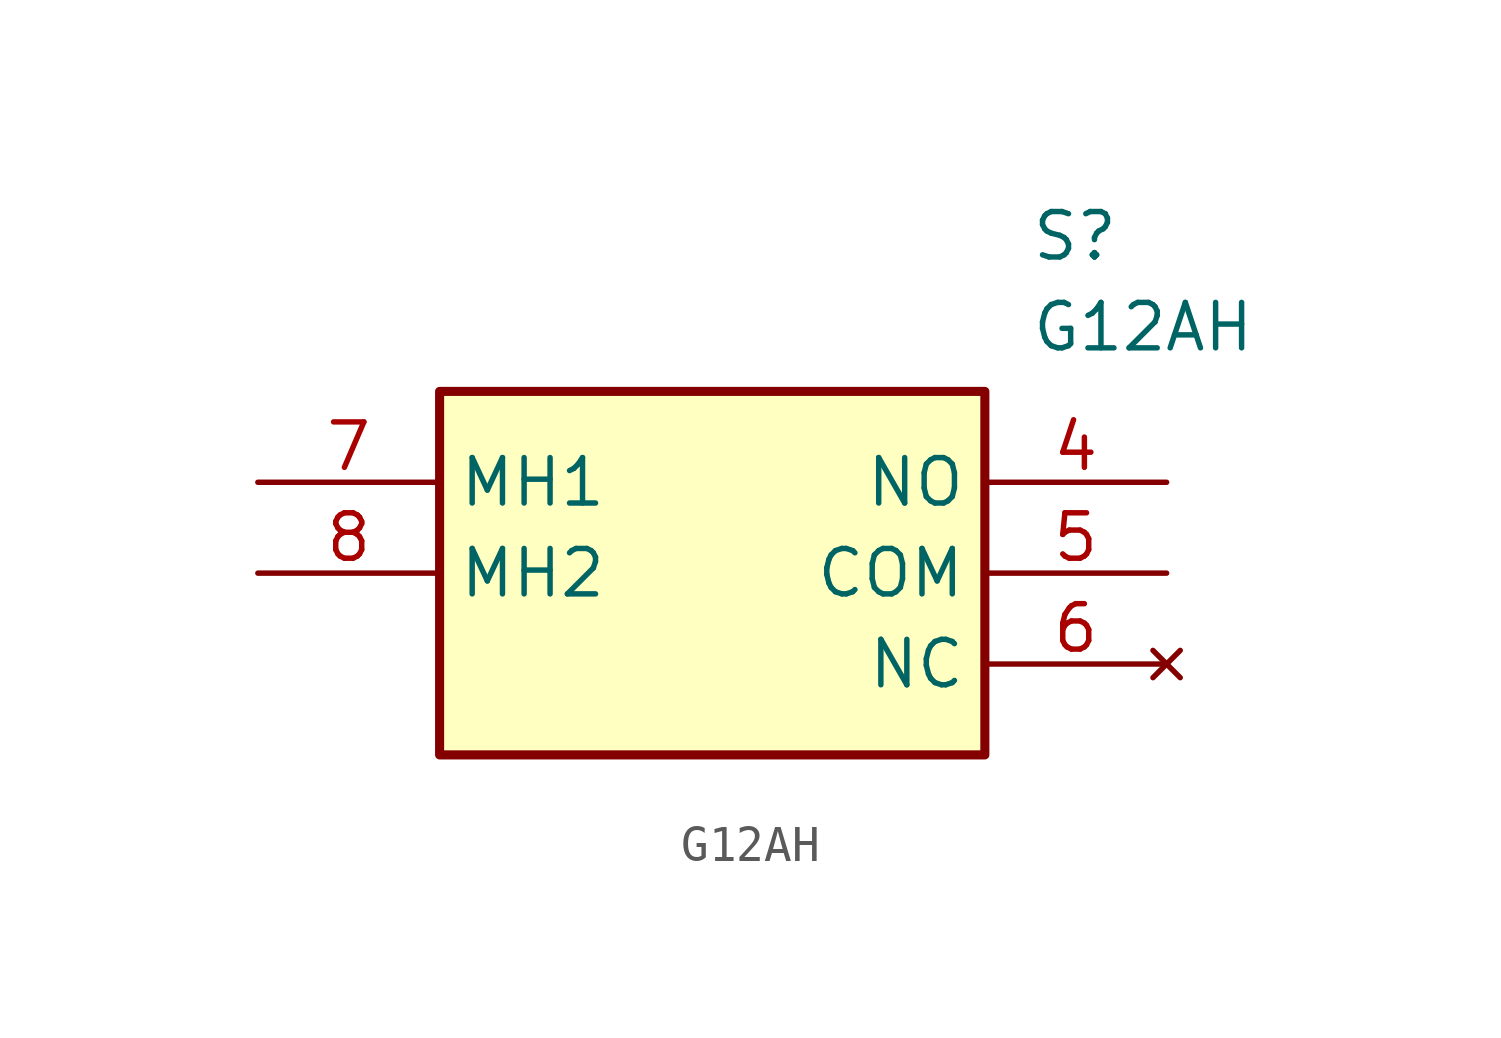
<source format=kicad_sym>
(kicad_symbol_lib
  (version 20211014)
  (generator SamacSys_ECAD_Model)
  (symbol "G12AH"
    (property "Reference" "S"
      (at 21.59 7.62 0)
      (effects (font (size 1.27 1.27)) (justify left top)))
    (property "Value" "G12AH"
      (at 21.59 5.08 0)
      (effects (font (size 1.27 1.27)) (justify left top)))
    (rectangle
      (start 5.08 2.54)
      (end 20.32 -7.62)
      (stroke (width 0.254) (type default))
      (fill (type background)))
    (pin passive line
      (at 25.4 0 180)
      (length 5.08)
      (name "NO" (effects (font (size 1.27 1.27))))
      (number "4" (effects (font (size 1.27 1.27)))))
    (pin passive line
      (at 25.4 -2.54 180)
      (length 5.08)
      (name "COM" (effects (font (size 1.27 1.27))))
      (number "5" (effects (font (size 1.27 1.27)))))
    (pin no_connect line
      (at 25.4 -5.08 180)
      (length 5.08)
      (name "NC" (effects (font (size 1.27 1.27))))
      (number "6" (effects (font (size 1.27 1.27)))))
    (pin passive line
      (at 0 0 0)
      (length 5.08)
      (name "MH1" (effects (font (size 1.27 1.27))))
      (number "7" (effects (font (size 1.27 1.27)))))
    (pin passive line
      (at 0 -2.54 0)
      (length 5.08)
      (name "MH2" (effects (font (size 1.27 1.27))))
      (number "8" (effects (font (size 1.27 1.27)))))))
</source>
